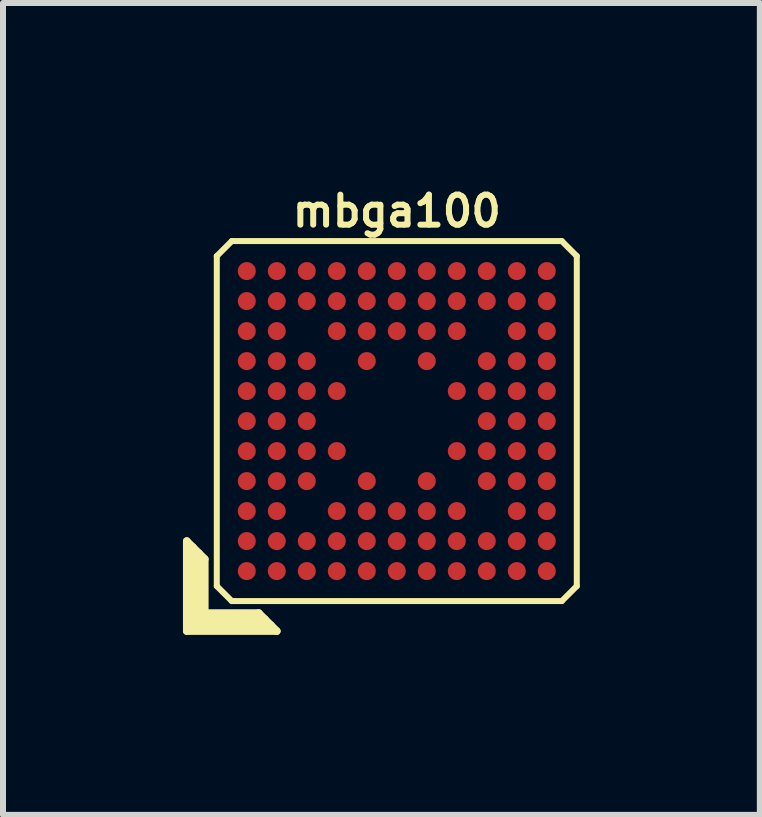
<source format=kicad_pcb>
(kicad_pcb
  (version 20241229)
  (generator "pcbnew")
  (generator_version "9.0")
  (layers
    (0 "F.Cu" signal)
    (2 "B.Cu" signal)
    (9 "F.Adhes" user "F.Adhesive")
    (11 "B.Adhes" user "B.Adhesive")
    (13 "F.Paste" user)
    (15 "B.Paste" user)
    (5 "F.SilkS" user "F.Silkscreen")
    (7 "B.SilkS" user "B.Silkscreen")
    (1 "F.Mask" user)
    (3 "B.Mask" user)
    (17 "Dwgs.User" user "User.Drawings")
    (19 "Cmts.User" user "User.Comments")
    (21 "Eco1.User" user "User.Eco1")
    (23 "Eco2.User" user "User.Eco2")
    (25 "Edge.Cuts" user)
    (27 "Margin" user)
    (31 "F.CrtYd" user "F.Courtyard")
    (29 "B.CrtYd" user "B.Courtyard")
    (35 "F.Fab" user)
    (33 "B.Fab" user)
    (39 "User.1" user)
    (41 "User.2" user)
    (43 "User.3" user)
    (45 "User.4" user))
  (footprint "mbga100"
    (layer "F.Cu")
    (at 3.563 3.968)
    (property "Reference" "mbga100" (at 0 -3.5 0) (layer "F.SilkS") (effects (font (size 0.5 0.5) (thickness 0.1))))
    (attr smd)
    (fp_line (start -3.5 2) (end -3.2 2.3) (stroke (width 0.127) (type solid)) (layer "F.SilkS"))
    (fp_line (start -3.5 3.5) (end -3.5 2) (stroke (width 0.127) (type solid)) (layer "F.SilkS"))
    (fp_line (start -3.4 2.1) (end -3.4 3.4) (stroke (width 0.127) (type solid)) (layer "F.SilkS"))
    (fp_line (start -3.4 3.4) (end -2.1 3.4) (stroke (width 0.127) (type solid)) (layer "F.SilkS"))
    (fp_line (start -3.3 3.3) (end -3.3 2.2) (stroke (width 0.127) (type solid)) (layer "F.SilkS"))
    (fp_line (start -3.2 2.3) (end -3.2 3.2) (stroke (width 0.127) (type solid)) (layer "F.SilkS"))
    (fp_line (start -3.2 3.2) (end -2.3 3.2) (stroke (width 0.127) (type solid)) (layer "F.SilkS"))
    (fp_line (start -3 -2.75) (end -3 2.75) (stroke (width 0.1) (type solid)) (layer "F.SilkS"))
    (fp_line (start -3 -2.75) (end -2.75 -3) (stroke (width 0.1) (type solid)) (layer "F.SilkS"))
    (fp_line (start -2.75 3) (end -3 2.75) (stroke (width 0.1) (type solid)) (layer "F.SilkS"))
    (fp_line (start -2.75 3) (end 2.75 3) (stroke (width 0.1) (type solid)) (layer "F.SilkS"))
    (fp_line (start -2.3 3.2) (end -2 3.5) (stroke (width 0.127) (type solid)) (layer "F.SilkS"))
    (fp_line (start -2.2 3.3) (end -3.3 3.3) (stroke (width 0.127) (type solid)) (layer "F.SilkS"))
    (fp_line (start -2 3.5) (end -3.5 3.5) (stroke (width 0.127) (type solid)) (layer "F.SilkS"))
    (fp_line (start 2.75 -3) (end -2.75 -3) (stroke (width 0.1) (type solid)) (layer "F.SilkS"))
    (fp_line (start 2.75 -3) (end 3 -2.75) (stroke (width 0.1) (type solid)) (layer "F.SilkS"))
    (fp_line (start 3 2.75) (end 2.75 3) (stroke (width 0.1) (type solid)) (layer "F.SilkS"))
    (fp_line (start 3 2.75) (end 3 -2.75) (stroke (width 0.1) (type solid)) (layer "F.SilkS"))
    (pad "A1" smd circle (at -2.5 2.5) (size 0.3 0.3) (layers "F.Cu" "F.Mask" "F.Paste"))
    (pad "A2" smd circle (at -2 2.5) (size 0.3 0.3) (layers "F.Cu" "F.Mask" "F.Paste"))
    (pad "A3" smd circle (at -1.5 2.5) (size 0.3 0.3) (layers "F.Cu" "F.Mask" "F.Paste"))
    (pad "A4" smd circle (at -1 2.5) (size 0.3 0.3) (layers "F.Cu" "F.Mask" "F.Paste"))
    (pad "A5" smd circle (at -0.5 2.5) (size 0.3 0.3) (layers "F.Cu" "F.Mask" "F.Paste"))
    (pad "A6" smd circle (at 0 2.5) (size 0.3 0.3) (layers "F.Cu" "F.Mask" "F.Paste"))
    (pad "A7" smd circle (at 0.5 2.5) (size 0.3 0.3) (layers "F.Cu" "F.Mask" "F.Paste"))
    (pad "A8" smd circle (at 1 2.5) (size 0.3 0.3) (layers "F.Cu" "F.Mask" "F.Paste"))
    (pad "A9" smd circle (at 1.5 2.5) (size 0.3 0.3) (layers "F.Cu" "F.Mask" "F.Paste"))
    (pad "A10" smd circle (at 2 2.5) (size 0.3 0.3) (layers "F.Cu" "F.Mask" "F.Paste"))
    (pad "A11" smd circle (at 2.5 2.5) (size 0.3 0.3) (layers "F.Cu" "F.Mask" "F.Paste"))
    (pad "B1" smd circle (at -2.5 2) (size 0.3 0.3) (layers "F.Cu" "F.Mask" "F.Paste"))
    (pad "B2" smd circle (at -2 2) (size 0.3 0.3) (layers "F.Cu" "F.Mask" "F.Paste"))
    (pad "B3" smd circle (at -1.5 2) (size 0.3 0.3) (layers "F.Cu" "F.Mask" "F.Paste"))
    (pad "B4" smd circle (at -1 2) (size 0.3 0.3) (layers "F.Cu" "F.Mask" "F.Paste"))
    (pad "B5" smd circle (at -0.5 2) (size 0.3 0.3) (layers "F.Cu" "F.Mask" "F.Paste"))
    (pad "B6" smd circle (at 0 2) (size 0.3 0.3) (layers "F.Cu" "F.Mask" "F.Paste"))
    (pad "B7" smd circle (at 0.5 2) (size 0.3 0.3) (layers "F.Cu" "F.Mask" "F.Paste"))
    (pad "B8" smd circle (at 1 2) (size 0.3 0.3) (layers "F.Cu" "F.Mask" "F.Paste"))
    (pad "B9" smd circle (at 1.5 2) (size 0.3 0.3) (layers "F.Cu" "F.Mask" "F.Paste"))
    (pad "B10" smd circle (at 2 2) (size 0.3 0.3) (layers "F.Cu" "F.Mask" "F.Paste"))
    (pad "B11" smd circle (at 2.5 2) (size 0.3 0.3) (layers "F.Cu" "F.Mask" "F.Paste"))
    (pad "C1" smd circle (at -2.5 1.5) (size 0.3 0.3) (layers "F.Cu" "F.Mask" "F.Paste"))
    (pad "C2" smd circle (at -2 1.5) (size 0.3 0.3) (layers "F.Cu" "F.Mask" "F.Paste"))
    (pad "C4" smd circle (at -1 1.5) (size 0.3 0.3) (layers "F.Cu" "F.Mask" "F.Paste"))
    (pad "C5" smd circle (at -0.5 1.5) (size 0.3 0.3) (layers "F.Cu" "F.Mask" "F.Paste"))
    (pad "C6" smd circle (at 0 1.5) (size 0.3 0.3) (layers "F.Cu" "F.Mask" "F.Paste"))
    (pad "C7" smd circle (at 0.5 1.5) (size 0.3 0.3) (layers "F.Cu" "F.Mask" "F.Paste"))
    (pad "C8" smd circle (at 1 1.5) (size 0.3 0.3) (layers "F.Cu" "F.Mask" "F.Paste"))
    (pad "C10" smd circle (at 2 1.5) (size 0.3 0.3) (layers "F.Cu" "F.Mask" "F.Paste"))
    (pad "C11" smd circle (at 2.5 1.5) (size 0.3 0.3) (layers "F.Cu" "F.Mask" "F.Paste"))
    (pad "D1" smd circle (at -2.5 1) (size 0.3 0.3) (layers "F.Cu" "F.Mask" "F.Paste"))
    (pad "D2" smd circle (at -2 1) (size 0.3 0.3) (layers "F.Cu" "F.Mask" "F.Paste"))
    (pad "D3" smd circle (at -1.5 1) (size 0.3 0.3) (layers "F.Cu" "F.Mask" "F.Paste"))
    (pad "D5" smd circle (at -0.5 1) (size 0.3 0.3) (layers "F.Cu" "F.Mask" "F.Paste"))
    (pad "D7" smd circle (at 0.5 1) (size 0.3 0.3) (layers "F.Cu" "F.Mask" "F.Paste"))
    (pad "D9" smd circle (at 1.5 1) (size 0.3 0.3) (layers "F.Cu" "F.Mask" "F.Paste"))
    (pad "D10" smd circle (at 2 1) (size 0.3 0.3) (layers "F.Cu" "F.Mask" "F.Paste"))
    (pad "D11" smd circle (at 2.5 1) (size 0.3 0.3) (layers "F.Cu" "F.Mask" "F.Paste"))
    (pad "E1" smd circle (at -2.5 0.5) (size 0.3 0.3) (layers "F.Cu" "F.Mask" "F.Paste"))
    (pad "E2" smd circle (at -2 0.5) (size 0.3 0.3) (layers "F.Cu" "F.Mask" "F.Paste"))
    (pad "E3" smd circle (at -1.5 0.5) (size 0.3 0.3) (layers "F.Cu" "F.Mask" "F.Paste"))
    (pad "E4" smd circle (at -1 0.5) (size 0.3 0.3) (layers "F.Cu" "F.Mask" "F.Paste"))
    (pad "E8" smd circle (at 1 0.5) (size 0.3 0.3) (layers "F.Cu" "F.Mask" "F.Paste"))
    (pad "E9" smd circle (at 1.5 0.5) (size 0.3 0.3) (layers "F.Cu" "F.Mask" "F.Paste"))
    (pad "E10" smd circle (at 2 0.5) (size 0.3 0.3) (layers "F.Cu" "F.Mask" "F.Paste"))
    (pad "E11" smd circle (at 2.5 0.5) (size 0.3 0.3) (layers "F.Cu" "F.Mask" "F.Paste"))
    (pad "F1" smd circle (at -2.5 0) (size 0.3 0.3) (layers "F.Cu" "F.Mask" "F.Paste"))
    (pad "F2" smd circle (at -2 0) (size 0.3 0.3) (layers "F.Cu" "F.Mask" "F.Paste"))
    (pad "F3" smd circle (at -1.5 0) (size 0.3 0.3) (layers "F.Cu" "F.Mask" "F.Paste"))
    (pad "F9" smd circle (at 1.5 0) (size 0.3 0.3) (layers "F.Cu" "F.Mask" "F.Paste"))
    (pad "F10" smd circle (at 2 0) (size 0.3 0.3) (layers "F.Cu" "F.Mask" "F.Paste"))
    (pad "F11" smd circle (at 2.5 0) (size 0.3 0.3) (layers "F.Cu" "F.Mask" "F.Paste"))
    (pad "G1" smd circle (at -2.5 -0.5) (size 0.3 0.3) (layers "F.Cu" "F.Mask" "F.Paste"))
    (pad "G2" smd circle (at -2 -0.5) (size 0.3 0.3) (layers "F.Cu" "F.Mask" "F.Paste"))
    (pad "G3" smd circle (at -1.5 -0.5) (size 0.3 0.3) (layers "F.Cu" "F.Mask" "F.Paste"))
    (pad "G4" smd circle (at -1 -0.5) (size 0.3 0.3) (layers "F.Cu" "F.Mask" "F.Paste"))
    (pad "G8" smd circle (at 1 -0.5) (size 0.3 0.3) (layers "F.Cu" "F.Mask" "F.Paste"))
    (pad "G9" smd circle (at 1.5 -0.5) (size 0.3 0.3) (layers "F.Cu" "F.Mask" "F.Paste"))
    (pad "G10" smd circle (at 2 -0.5) (size 0.3 0.3) (layers "F.Cu" "F.Mask" "F.Paste"))
    (pad "G11" smd circle (at 2.5 -0.5) (size 0.3 0.3) (layers "F.Cu" "F.Mask" "F.Paste"))
    (pad "H1" smd circle (at -2.5 -1) (size 0.3 0.3) (layers "F.Cu" "F.Mask" "F.Paste"))
    (pad "H2" smd circle (at -2 -1) (size 0.3 0.3) (layers "F.Cu" "F.Mask" "F.Paste"))
    (pad "H3" smd circle (at -1.5 -1) (size 0.3 0.3) (layers "F.Cu" "F.Mask" "F.Paste"))
    (pad "H5" smd circle (at -0.5 -1) (size 0.3 0.3) (layers "F.Cu" "F.Mask" "F.Paste"))
    (pad "H7" smd circle (at 0.5 -1) (size 0.3 0.3) (layers "F.Cu" "F.Mask" "F.Paste"))
    (pad "H9" smd circle (at 1.5 -1) (size 0.3 0.3) (layers "F.Cu" "F.Mask" "F.Paste"))
    (pad "H10" smd circle (at 2 -1) (size 0.3 0.3) (layers "F.Cu" "F.Mask" "F.Paste"))
    (pad "H11" smd circle (at 2.5 -1) (size 0.3 0.3) (layers "F.Cu" "F.Mask" "F.Paste"))
    (pad "J1" smd circle (at -2.5 -1.5) (size 0.3 0.3) (layers "F.Cu" "F.Mask" "F.Paste"))
    (pad "J2" smd circle (at -2 -1.5) (size 0.3 0.3) (layers "F.Cu" "F.Mask" "F.Paste"))
    (pad "J4" smd circle (at -1 -1.5) (size 0.3 0.3) (layers "F.Cu" "F.Mask" "F.Paste"))
    (pad "J5" smd circle (at -0.5 -1.5) (size 0.3 0.3) (layers "F.Cu" "F.Mask" "F.Paste"))
    (pad "J6" smd circle (at 0 -1.5) (size 0.3 0.3) (layers "F.Cu" "F.Mask" "F.Paste"))
    (pad "J7" smd circle (at 0.5 -1.5) (size 0.3 0.3) (layers "F.Cu" "F.Mask" "F.Paste"))
    (pad "J8" smd circle (at 1 -1.5) (size 0.3 0.3) (layers "F.Cu" "F.Mask" "F.Paste"))
    (pad "J10" smd circle (at 2 -1.5) (size 0.3 0.3) (layers "F.Cu" "F.Mask" "F.Paste"))
    (pad "J11" smd circle (at 2.5 -1.5) (size 0.3 0.3) (layers "F.Cu" "F.Mask" "F.Paste"))
    (pad "K1" smd circle (at -2.5 -2) (size 0.3 0.3) (layers "F.Cu" "F.Mask" "F.Paste"))
    (pad "K2" smd circle (at -2 -2) (size 0.3 0.3) (layers "F.Cu" "F.Mask" "F.Paste"))
    (pad "K3" smd circle (at -1.5 -2) (size 0.3 0.3) (layers "F.Cu" "F.Mask" "F.Paste"))
    (pad "K4" smd circle (at -1 -2) (size 0.3 0.3) (layers "F.Cu" "F.Mask" "F.Paste"))
    (pad "K5" smd circle (at -0.5 -2) (size 0.3 0.3) (layers "F.Cu" "F.Mask" "F.Paste"))
    (pad "K6" smd circle (at 0 -2) (size 0.3 0.3) (layers "F.Cu" "F.Mask" "F.Paste"))
    (pad "K7" smd circle (at 0.5 -2) (size 0.3 0.3) (layers "F.Cu" "F.Mask" "F.Paste"))
    (pad "K8" smd circle (at 1 -2) (size 0.3 0.3) (layers "F.Cu" "F.Mask" "F.Paste"))
    (pad "K9" smd circle (at 1.5 -2) (size 0.3 0.3) (layers "F.Cu" "F.Mask" "F.Paste"))
    (pad "K10" smd circle (at 2 -2) (size 0.3 0.3) (layers "F.Cu" "F.Mask" "F.Paste"))
    (pad "K11" smd circle (at 2.5 -2) (size 0.3 0.3) (layers "F.Cu" "F.Mask" "F.Paste"))
    (pad "L1" smd circle (at -2.5 -2.5) (size 0.3 0.3) (layers "F.Cu" "F.Mask" "F.Paste"))
    (pad "L2" smd circle (at -2 -2.5) (size 0.3 0.3) (layers "F.Cu" "F.Mask" "F.Paste"))
    (pad "L3" smd circle (at -1.5 -2.5) (size 0.3 0.3) (layers "F.Cu" "F.Mask" "F.Paste"))
    (pad "L4" smd circle (at -1 -2.5) (size 0.3 0.3) (layers "F.Cu" "F.Mask" "F.Paste"))
    (pad "L5" smd circle (at -0.5 -2.5) (size 0.3 0.3) (layers "F.Cu" "F.Mask" "F.Paste"))
    (pad "L6" smd circle (at 0 -2.5) (size 0.3 0.3) (layers "F.Cu" "F.Mask" "F.Paste"))
    (pad "L7" smd circle (at 0.5 -2.5) (size 0.3 0.3) (layers "F.Cu" "F.Mask" "F.Paste"))
    (pad "L8" smd circle (at 1 -2.5) (size 0.3 0.3) (layers "F.Cu" "F.Mask" "F.Paste"))
    (pad "L9" smd circle (at 1.5 -2.5) (size 0.3 0.3) (layers "F.Cu" "F.Mask" "F.Paste"))
    (pad "L10" smd circle (at 2 -2.5) (size 0.3 0.3) (layers "F.Cu" "F.Mask" "F.Paste"))
    (pad "L11" smd circle (at 2.5 -2.5) (size 0.3 0.3) (layers "F.Cu" "F.Mask" "F.Paste")))
  (gr_rect
    (start -3 -3)
    (end 9.614 10.531)
    (stroke (width 0.1) (type default))
    (fill no)
    (layer "Edge.Cuts")))
</source>
